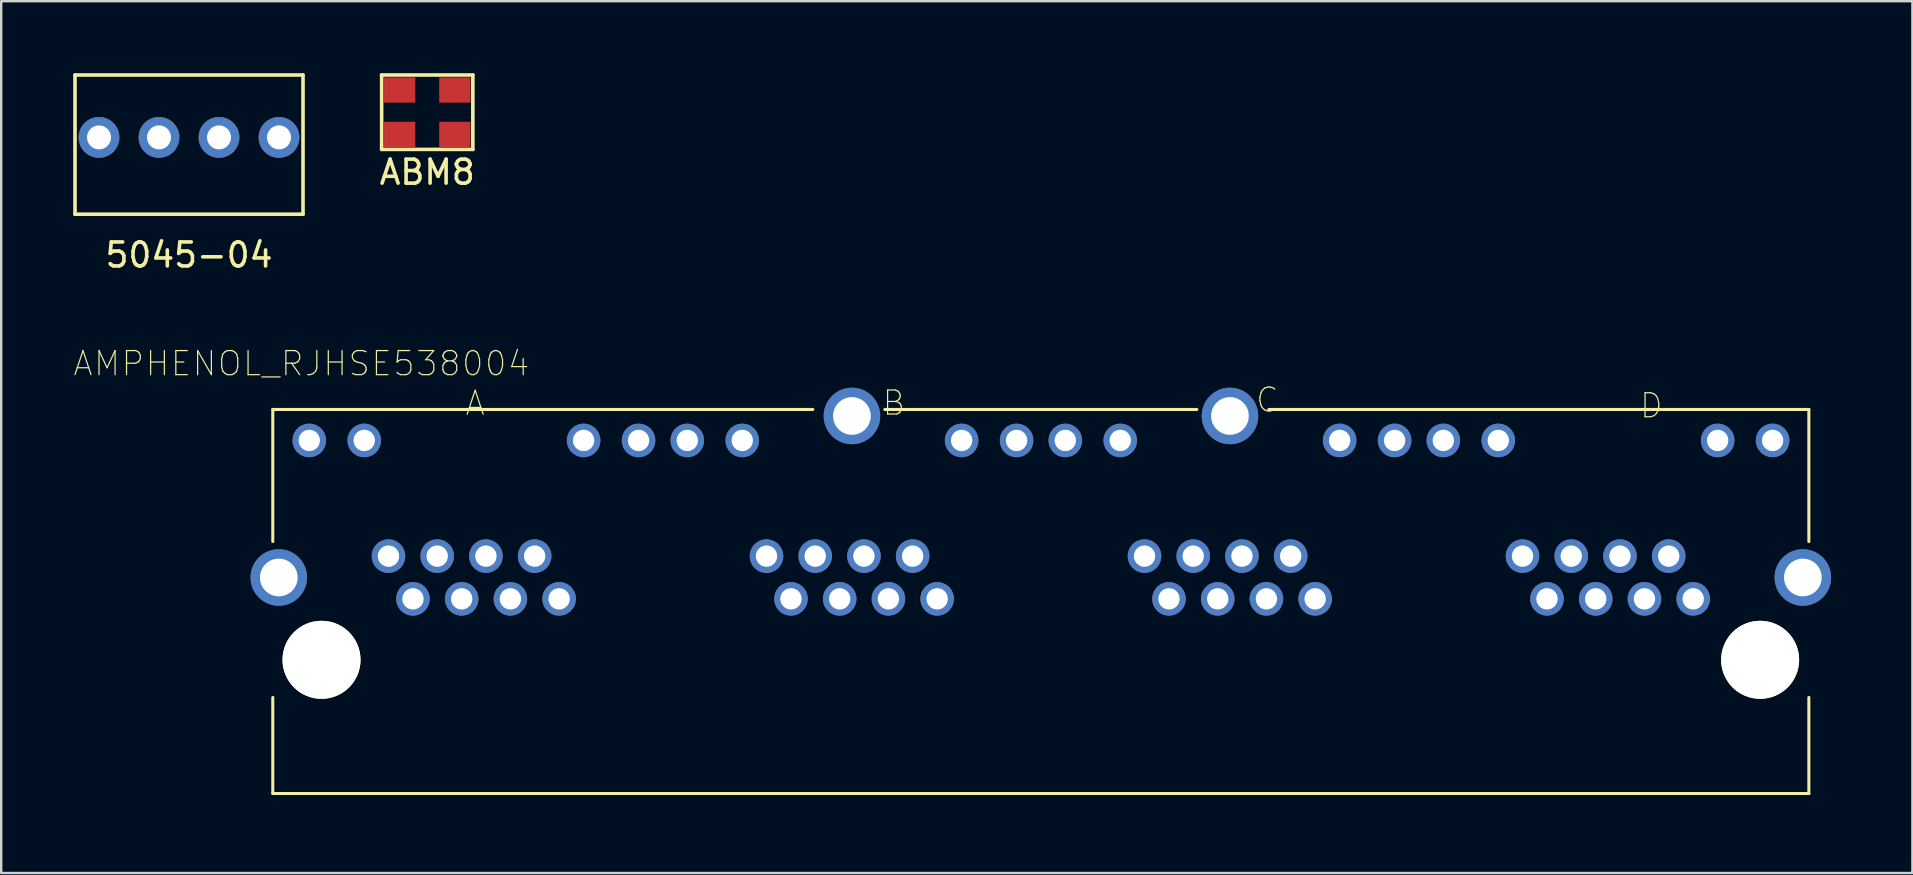
<source format=kicad_pcb>
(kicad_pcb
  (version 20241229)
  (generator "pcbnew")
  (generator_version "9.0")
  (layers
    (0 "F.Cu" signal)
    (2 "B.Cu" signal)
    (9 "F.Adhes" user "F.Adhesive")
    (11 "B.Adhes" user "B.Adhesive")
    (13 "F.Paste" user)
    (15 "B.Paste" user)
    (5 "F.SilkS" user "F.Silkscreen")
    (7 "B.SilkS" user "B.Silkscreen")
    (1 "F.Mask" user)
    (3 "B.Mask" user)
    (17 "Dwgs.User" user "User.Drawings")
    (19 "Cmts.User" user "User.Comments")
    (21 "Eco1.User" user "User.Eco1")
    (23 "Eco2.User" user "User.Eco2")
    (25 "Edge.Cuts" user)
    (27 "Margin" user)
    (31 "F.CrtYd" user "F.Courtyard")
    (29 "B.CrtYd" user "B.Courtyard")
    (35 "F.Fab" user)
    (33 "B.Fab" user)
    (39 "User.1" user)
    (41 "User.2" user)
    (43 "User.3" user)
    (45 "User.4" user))
  (footprint "AMPHENOL_RJHSE538004"
    (layer "F.Cu")
    (at 40.316 21.011)
    (property "Reference" "AMPHENOL_RJHSE538004" (at -30.81 -8.913 0) (layer "F.SilkS") (effects (font (size 1.003 1.003) (thickness 0.05))))
    (attr through_hole)
    (fp_line (start -32 -7) (end -9.5 -7) (stroke (width 0.127) (type solid)) (layer "F.SilkS"))
    (fp_line (start -32 -1.5) (end -32 -7) (stroke (width 0.127) (type solid)) (layer "F.SilkS"))
    (fp_line (start -32 5) (end -32 9) (stroke (width 0.127) (type solid)) (layer "F.SilkS"))
    (fp_line (start -32 9) (end 32 9) (stroke (width 0.127) (type solid)) (layer "F.SilkS"))
    (fp_line (start -6.5 -7) (end 6.5 -7) (stroke (width 0.127) (type solid)) (layer "F.SilkS"))
    (fp_line (start 9.5 -7) (end 32 -7) (stroke (width 0.127) (type solid)) (layer "F.SilkS"))
    (fp_line (start 32 -7) (end 32 -1.5) (stroke (width 0.127) (type solid)) (layer "F.SilkS"))
    (fp_line (start 32 9) (end 32 5) (stroke (width 0.127) (type solid)) (layer "F.SilkS"))
    (fp_line (start -33.25 -8.25) (end 33.25 -8.25) (stroke (width 0.127) (type solid)) (layer "Eco1.User"))
    (fp_line (start -33.25 9.25) (end -33.25 -8.25) (stroke (width 0.127) (type solid)) (layer "Eco1.User"))
    (fp_line (start 33.25 -8.25) (end 33.25 9.25) (stroke (width 0.127) (type solid)) (layer "Eco1.User"))
    (fp_line (start 33.25 9.25) (end -33.25 9.25) (stroke (width 0.127) (type solid)) (layer "Eco1.User"))
    (fp_line (start -31.875 -6.87) (end 31.875 -6.87) (stroke (width 0.127) (type solid)) (layer "Eco2.User"))
    (fp_line (start -31.875 8.89) (end -31.875 -6.87) (stroke (width 0.127) (type solid)) (layer "Eco2.User"))
    (fp_line (start 31.875 -6.87) (end 31.875 8.89) (stroke (width 0.127) (type solid)) (layer "Eco2.User"))
    (fp_line (start 31.875 8.89) (end -31.875 8.89) (stroke (width 0.127) (type solid)) (layer "Eco2.User"))
    (fp_text user "A" (at -23.569 -7.262 0) (layer "F.SilkS") (effects (font (size 1 1) (thickness 0.05))))
    (fp_text user "C" (at 9.437 -7.397 0) (layer "F.SilkS") (effects (font (size 1 1) (thickness 0.05))))
    (fp_text user "B" (at -6.123 -7.271 0) (layer "F.SilkS") (effects (font (size 1 1) (thickness 0.05))))
    (fp_text user "D" (at 25.437 -7.158 0) (layer "F.SilkS") (effects (font (size 1 1) (thickness 0.05))))
    (pad "" np_thru_hole circle (at -29.97 3.43) (size 3.25 3.25) (drill 3.25) (layers "*.Cu" "*.Mask" "F.SilkS"))
    (pad "" np_thru_hole circle (at 29.97 3.43) (size 3.25 3.25) (drill 3.25) (layers "*.Cu" "*.Mask" "F.SilkS"))
    (pad "A1" thru_hole circle (at -20.07 0.89) (size 1.398 1.398) (drill 0.89) (layers "*.Cu" "*.Mask"))
    (pad "A2" thru_hole circle (at -21.09 -0.89) (size 1.398 1.398) (drill 0.89) (layers "*.Cu" "*.Mask"))
    (pad "A3" thru_hole circle (at -22.1 0.89) (size 1.398 1.398) (drill 0.89) (layers "*.Cu" "*.Mask"))
    (pad "A4" thru_hole circle (at -23.12 -0.89) (size 1.398 1.398) (drill 0.89) (layers "*.Cu" "*.Mask"))
    (pad "A5" thru_hole circle (at -24.13 0.89) (size 1.398 1.398) (drill 0.89) (layers "*.Cu" "*.Mask"))
    (pad "A6" thru_hole circle (at -25.15 -0.89) (size 1.398 1.398) (drill 0.89) (layers "*.Cu" "*.Mask"))
    (pad "A7" thru_hole circle (at -26.16 0.89) (size 1.398 1.398) (drill 0.89) (layers "*.Cu" "*.Mask"))
    (pad "A8" thru_hole circle (at -27.18 -0.89) (size 1.398 1.398) (drill 0.89) (layers "*.Cu" "*.Mask"))
    (pad "A9" thru_hole circle (at -16.76 -5.71) (size 1.398 1.398) (drill 0.89) (layers "*.Cu" "*.Mask"))
    (pad "A10" thru_hole circle (at -19.05 -5.71) (size 1.398 1.398) (drill 0.89) (layers "*.Cu" "*.Mask"))
    (pad "A11" thru_hole circle (at -28.19 -5.71) (size 1.398 1.398) (drill 0.89) (layers "*.Cu" "*.Mask"))
    (pad "A12" thru_hole circle (at -30.48 -5.71) (size 1.398 1.398) (drill 0.89) (layers "*.Cu" "*.Mask"))
    (pad "B1" thru_hole circle (at -4.32 0.89) (size 1.398 1.398) (drill 0.89) (layers "*.Cu" "*.Mask"))
    (pad "B2" thru_hole circle (at -5.34 -0.89) (size 1.398 1.398) (drill 0.89) (layers "*.Cu" "*.Mask"))
    (pad "B3" thru_hole circle (at -6.35 0.89) (size 1.398 1.398) (drill 0.89) (layers "*.Cu" "*.Mask"))
    (pad "B4" thru_hole circle (at -7.37 -0.89) (size 1.398 1.398) (drill 0.89) (layers "*.Cu" "*.Mask"))
    (pad "B5" thru_hole circle (at -8.38 0.89) (size 1.398 1.398) (drill 0.89) (layers "*.Cu" "*.Mask"))
    (pad "B6" thru_hole circle (at -9.4 -0.89) (size 1.398 1.398) (drill 0.89) (layers "*.Cu" "*.Mask"))
    (pad "B7" thru_hole circle (at -10.41 0.89) (size 1.398 1.398) (drill 0.89) (layers "*.Cu" "*.Mask"))
    (pad "B8" thru_hole circle (at -11.43 -0.89) (size 1.398 1.398) (drill 0.89) (layers "*.Cu" "*.Mask"))
    (pad "B9" thru_hole circle (at -1.01 -5.71) (size 1.398 1.398) (drill 0.89) (layers "*.Cu" "*.Mask"))
    (pad "B10" thru_hole circle (at -3.3 -5.71) (size 1.398 1.398) (drill 0.89) (layers "*.Cu" "*.Mask"))
    (pad "B11" thru_hole circle (at -12.44 -5.71) (size 1.398 1.398) (drill 0.89) (layers "*.Cu" "*.Mask"))
    (pad "B12" thru_hole circle (at -14.73 -5.71) (size 1.398 1.398) (drill 0.89) (layers "*.Cu" "*.Mask"))
    (pad "C1" thru_hole circle (at 11.43 0.89) (size 1.398 1.398) (drill 0.89) (layers "*.Cu" "*.Mask"))
    (pad "C2" thru_hole circle (at 10.41 -0.89) (size 1.398 1.398) (drill 0.89) (layers "*.Cu" "*.Mask"))
    (pad "C3" thru_hole circle (at 9.4 0.89) (size 1.398 1.398) (drill 0.89) (layers "*.Cu" "*.Mask"))
    (pad "C4" thru_hole circle (at 8.38 -0.89) (size 1.398 1.398) (drill 0.89) (layers "*.Cu" "*.Mask"))
    (pad "C5" thru_hole circle (at 7.37 0.89) (size 1.398 1.398) (drill 0.89) (layers "*.Cu" "*.Mask"))
    (pad "C6" thru_hole circle (at 6.35 -0.89) (size 1.398 1.398) (drill 0.89) (layers "*.Cu" "*.Mask"))
    (pad "C7" thru_hole circle (at 5.34 0.89) (size 1.398 1.398) (drill 0.89) (layers "*.Cu" "*.Mask"))
    (pad "C8" thru_hole circle (at 4.32 -0.89) (size 1.398 1.398) (drill 0.89) (layers "*.Cu" "*.Mask"))
    (pad "C9" thru_hole circle (at 14.74 -5.71) (size 1.398 1.398) (drill 0.89) (layers "*.Cu" "*.Mask"))
    (pad "C10" thru_hole circle (at 12.45 -5.71) (size 1.398 1.398) (drill 0.89) (layers "*.Cu" "*.Mask"))
    (pad "C11" thru_hole circle (at 3.31 -5.71) (size 1.398 1.398) (drill 0.89) (layers "*.Cu" "*.Mask"))
    (pad "C12" thru_hole circle (at 1.02 -5.71) (size 1.398 1.398) (drill 0.89) (layers "*.Cu" "*.Mask"))
    (pad "D1" thru_hole circle (at 27.18 0.89) (size 1.398 1.398) (drill 0.89) (layers "*.Cu" "*.Mask"))
    (pad "D2" thru_hole circle (at 26.16 -0.89) (size 1.398 1.398) (drill 0.89) (layers "*.Cu" "*.Mask"))
    (pad "D3" thru_hole circle (at 25.15 0.89) (size 1.398 1.398) (drill 0.89) (layers "*.Cu" "*.Mask"))
    (pad "D4" thru_hole circle (at 24.13 -0.89) (size 1.398 1.398) (drill 0.89) (layers "*.Cu" "*.Mask"))
    (pad "D5" thru_hole circle (at 23.12 0.89) (size 1.398 1.398) (drill 0.89) (layers "*.Cu" "*.Mask"))
    (pad "D6" thru_hole circle (at 22.1 -0.89) (size 1.398 1.398) (drill 0.89) (layers "*.Cu" "*.Mask"))
    (pad "D7" thru_hole circle (at 21.09 0.89) (size 1.398 1.398) (drill 0.89) (layers "*.Cu" "*.Mask"))
    (pad "D8" thru_hole circle (at 20.07 -0.89) (size 1.398 1.398) (drill 0.89) (layers "*.Cu" "*.Mask"))
    (pad "D9" thru_hole circle (at 30.49 -5.71) (size 1.398 1.398) (drill 0.89) (layers "*.Cu" "*.Mask"))
    (pad "D10" thru_hole circle (at 28.2 -5.71) (size 1.398 1.398) (drill 0.89) (layers "*.Cu" "*.Mask"))
    (pad "D11" thru_hole circle (at 19.06 -5.71) (size 1.398 1.398) (drill 0.89) (layers "*.Cu" "*.Mask"))
    (pad "D12" thru_hole circle (at 16.77 -5.71) (size 1.398 1.398) (drill 0.89) (layers "*.Cu" "*.Mask"))
    (pad "P$1" thru_hole circle (at -31.75 0) (size 2.355 2.355) (drill 1.57) (layers "*.Cu" "*.Mask"))
    (pad "P$2" thru_hole circle (at 31.75 0) (size 2.355 2.355) (drill 1.57) (layers "*.Cu" "*.Mask"))
    (pad "P$3" thru_hole circle (at -7.87 -6.73) (size 2.355 2.355) (drill 1.57) (layers "*.Cu" "*.Mask"))
    (pad "P$4" thru_hole circle (at 7.88 -6.73) (size 2.355 2.355) (drill 1.57) (layers "*.Cu" "*.Mask")))
  (footprint "5045-04"
    (layer "F.Cu")
    (at 4.825 2.675)
    (property "Reference" "5045-04" (at 0 4.9 0) (layer "F.SilkS") (effects (font (size 1 1) (thickness 0.15))))
    (attr through_hole)
    (fp_line (start -4.75 -2.6) (end -4.75 3.2) (stroke (width 0.15) (type solid)) (layer "F.SilkS"))
    (fp_line (start -4.75 -2.6) (end 4.75 -2.6) (stroke (width 0.15) (type solid)) (layer "F.SilkS"))
    (fp_line (start -4.75 3.2) (end 4.75 3.2) (stroke (width 0.15) (type solid)) (layer "F.SilkS"))
    (fp_line (start 4.75 -2.6) (end 4.75 3.2) (stroke (width 0.15) (type solid)) (layer "F.SilkS"))
    (pad "1" thru_hole circle (at -3.75 0) (size 1.7 1.7) (drill 1) (layers "*.Cu" "*.Mask"))
    (pad "2" thru_hole circle (at -1.25 0) (size 1.7 1.7) (drill 1) (layers "*.Cu" "*.Mask"))
    (pad "3" thru_hole circle (at 1.25 0) (size 1.7 1.7) (drill 1) (layers "*.Cu" "*.Mask"))
    (pad "4" thru_hole circle (at 3.75 0) (size 1.7 1.7) (drill 1) (layers "*.Cu" "*.Mask")))
  (footprint "ABM8"
    (layer "F.Cu")
    (at 14.751 1.625)
    (property "Reference" "ABM8" (at 0 2.5 0) (layer "F.SilkS") (effects (font (size 1 1) (thickness 0.15))))
    (attr through_hole)
    (fp_line (start -1.9 -1.55) (end 1.9 -1.55) (stroke (width 0.15) (type solid)) (layer "F.SilkS"))
    (fp_line (start -1.9 1.55) (end -1.9 -1.55) (stroke (width 0.15) (type solid)) (layer "F.SilkS"))
    (fp_line (start 1.9 -1.55) (end 1.9 1.55) (stroke (width 0.15) (type solid)) (layer "F.SilkS"))
    (fp_line (start 1.9 1.55) (end -1.9 1.55) (stroke (width 0.15) (type solid)) (layer "F.SilkS"))
    (pad "1" smd rect (at -1.15 0.925) (size 1.3 1.05) (layers "F.Cu" "F.Mask" "F.Paste"))
    (pad "2" smd rect (at 1.15 0.925) (size 1.3 1.05) (layers "F.Cu" "F.Mask" "F.Paste"))
    (pad "3" smd rect (at 1.15 -0.925) (size 1.3 1.05) (layers "F.Cu" "F.Mask" "F.Paste"))
    (pad "4" smd rect (at -1.15 -0.925) (size 1.3 1.05) (layers "F.Cu" "F.Mask" "F.Paste")))
  (gr_rect
    (start -3 -3)
    (end 76.63 33.324)
    (stroke (width 0.1) (type default))
    (fill no)
    (layer "Edge.Cuts")))
</source>
